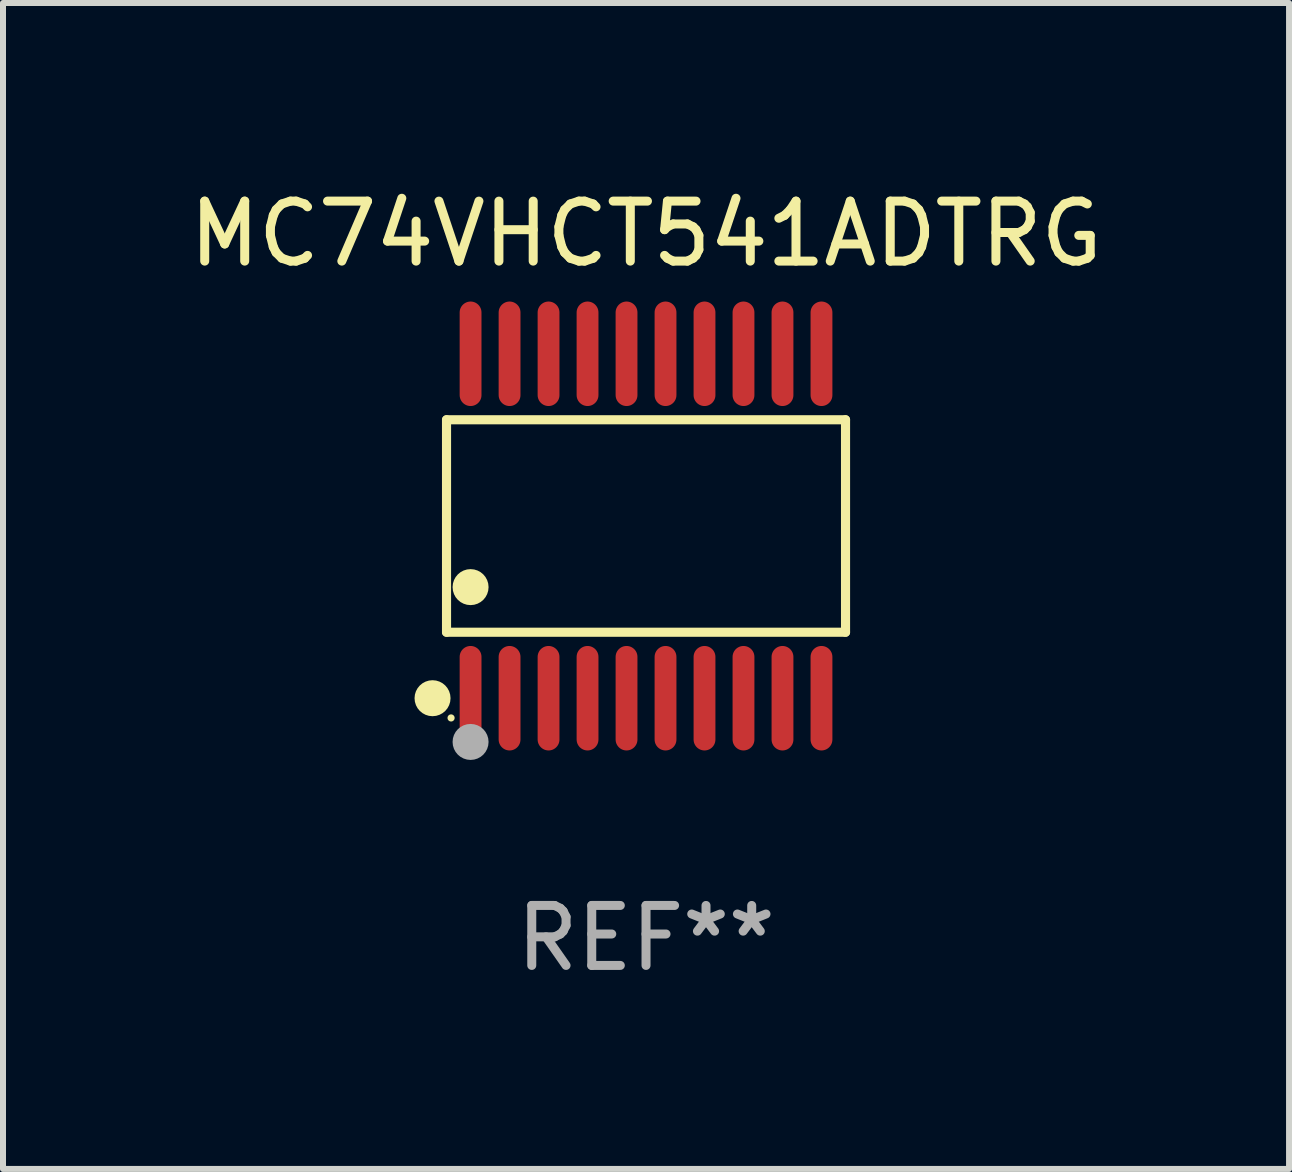
<source format=kicad_pcb>
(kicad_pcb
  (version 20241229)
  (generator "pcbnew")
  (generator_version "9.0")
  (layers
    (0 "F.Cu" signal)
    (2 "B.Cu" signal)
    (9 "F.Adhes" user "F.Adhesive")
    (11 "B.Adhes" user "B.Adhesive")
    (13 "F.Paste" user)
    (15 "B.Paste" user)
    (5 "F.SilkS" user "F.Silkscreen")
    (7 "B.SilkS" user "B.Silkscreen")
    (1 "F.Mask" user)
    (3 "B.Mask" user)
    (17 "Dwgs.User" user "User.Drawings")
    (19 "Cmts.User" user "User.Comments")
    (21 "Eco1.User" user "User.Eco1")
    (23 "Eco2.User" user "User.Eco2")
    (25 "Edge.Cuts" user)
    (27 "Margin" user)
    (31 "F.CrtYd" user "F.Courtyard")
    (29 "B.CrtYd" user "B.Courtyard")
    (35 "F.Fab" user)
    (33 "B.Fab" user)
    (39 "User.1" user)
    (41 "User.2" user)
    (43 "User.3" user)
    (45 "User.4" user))
  (footprint "MC74VHCT541ADTRG"
    (layer "F.Cu")
    (at 7.72 5.719)
    (property "Reference" "MC74VHCT541ADTRG" (at 0 -4.871 0) (layer "F.SilkS") (effects (font (size 1 1) (thickness 0.15))))
    (attr through_hole)
    (fp_line (start -3.326 -1.771) (end 3.326 -1.771) (stroke (width 0.152) (type solid)) (layer "F.SilkS"))
    (fp_line (start -3.326 1.771) (end -3.326 -1.771) (stroke (width 0.152) (type solid)) (layer "F.SilkS"))
    (fp_line (start 3.326 -1.771) (end 3.326 1.771) (stroke (width 0.152) (type solid)) (layer "F.SilkS"))
    (fp_line (start 3.326 1.771) (end -3.326 1.771) (stroke (width 0.152) (type solid)) (layer "F.SilkS"))
    (fp_circle (center -3.559 2.871) (end -3.409 2.871) (stroke (width 0.3) (type solid)) (fill no) (layer "F.SilkS"))
    (fp_circle (center -3.25 3.2) (end -3.22 3.2) (stroke (width 0.06) (type solid)) (fill no) (layer "F.SilkS"))
    (fp_circle (center -2.925 1.019) (end -2.775 1.019) (stroke (width 0.3) (type solid)) (fill no) (layer "F.SilkS"))
    (fp_circle (center -2.925 3.6) (end -2.775 3.6) (stroke (width 0.3) (type solid)) (fill no) (layer "F.Fab"))
    (fp_text user "REF**" (at 0 6.871 0) (layer "F.Fab") (effects (font (size 1 1) (thickness 0.15))))
    (pad "1" smd oval (at -2.925 2.871) (size 0.364 1.742) (layers "F.Cu" "F.Mask" "F.Paste"))
    (pad "2" smd oval (at -2.275 2.871) (size 0.364 1.742) (layers "F.Cu" "F.Mask" "F.Paste"))
    (pad "3" smd oval (at -1.625 2.871) (size 0.364 1.742) (layers "F.Cu" "F.Mask" "F.Paste"))
    (pad "4" smd oval (at -0.975 2.871) (size 0.364 1.742) (layers "F.Cu" "F.Mask" "F.Paste"))
    (pad "5" smd oval (at -0.325 2.871) (size 0.364 1.742) (layers "F.Cu" "F.Mask" "F.Paste"))
    (pad "6" smd oval (at 0.325 2.871) (size 0.364 1.742) (layers "F.Cu" "F.Mask" "F.Paste"))
    (pad "7" smd oval (at 0.975 2.871) (size 0.364 1.742) (layers "F.Cu" "F.Mask" "F.Paste"))
    (pad "8" smd oval (at 1.625 2.871) (size 0.364 1.742) (layers "F.Cu" "F.Mask" "F.Paste"))
    (pad "9" smd oval (at 2.275 2.871) (size 0.364 1.742) (layers "F.Cu" "F.Mask" "F.Paste"))
    (pad "10" smd oval (at 2.925 2.871) (size 0.364 1.742) (layers "F.Cu" "F.Mask" "F.Paste"))
    (pad "11" smd oval (at 2.925 -2.871) (size 0.364 1.742) (layers "F.Cu" "F.Mask" "F.Paste"))
    (pad "12" smd oval (at 2.275 -2.871) (size 0.364 1.742) (layers "F.Cu" "F.Mask" "F.Paste"))
    (pad "13" smd oval (at 1.625 -2.871) (size 0.364 1.742) (layers "F.Cu" "F.Mask" "F.Paste"))
    (pad "14" smd oval (at 0.975 -2.871) (size 0.364 1.742) (layers "F.Cu" "F.Mask" "F.Paste"))
    (pad "15" smd oval (at 0.325 -2.871) (size 0.364 1.742) (layers "F.Cu" "F.Mask" "F.Paste"))
    (pad "16" smd oval (at -0.325 -2.871) (size 0.364 1.742) (layers "F.Cu" "F.Mask" "F.Paste"))
    (pad "17" smd oval (at -0.975 -2.871) (size 0.364 1.742) (layers "F.Cu" "F.Mask" "F.Paste"))
    (pad "18" smd oval (at -1.625 -2.871) (size 0.364 1.742) (layers "F.Cu" "F.Mask" "F.Paste"))
    (pad "19" smd oval (at -2.275 -2.871) (size 0.364 1.742) (layers "F.Cu" "F.Mask" "F.Paste"))
    (pad "20" smd oval (at -2.925 -2.871) (size 0.364 1.742) (layers "F.Cu" "F.Mask" "F.Paste")))
  (gr_rect
    (start -3 -3)
    (end 18.44 16.438)
    (stroke (width 0.1) (type default))
    (fill no)
    (layer "Edge.Cuts")))
</source>
